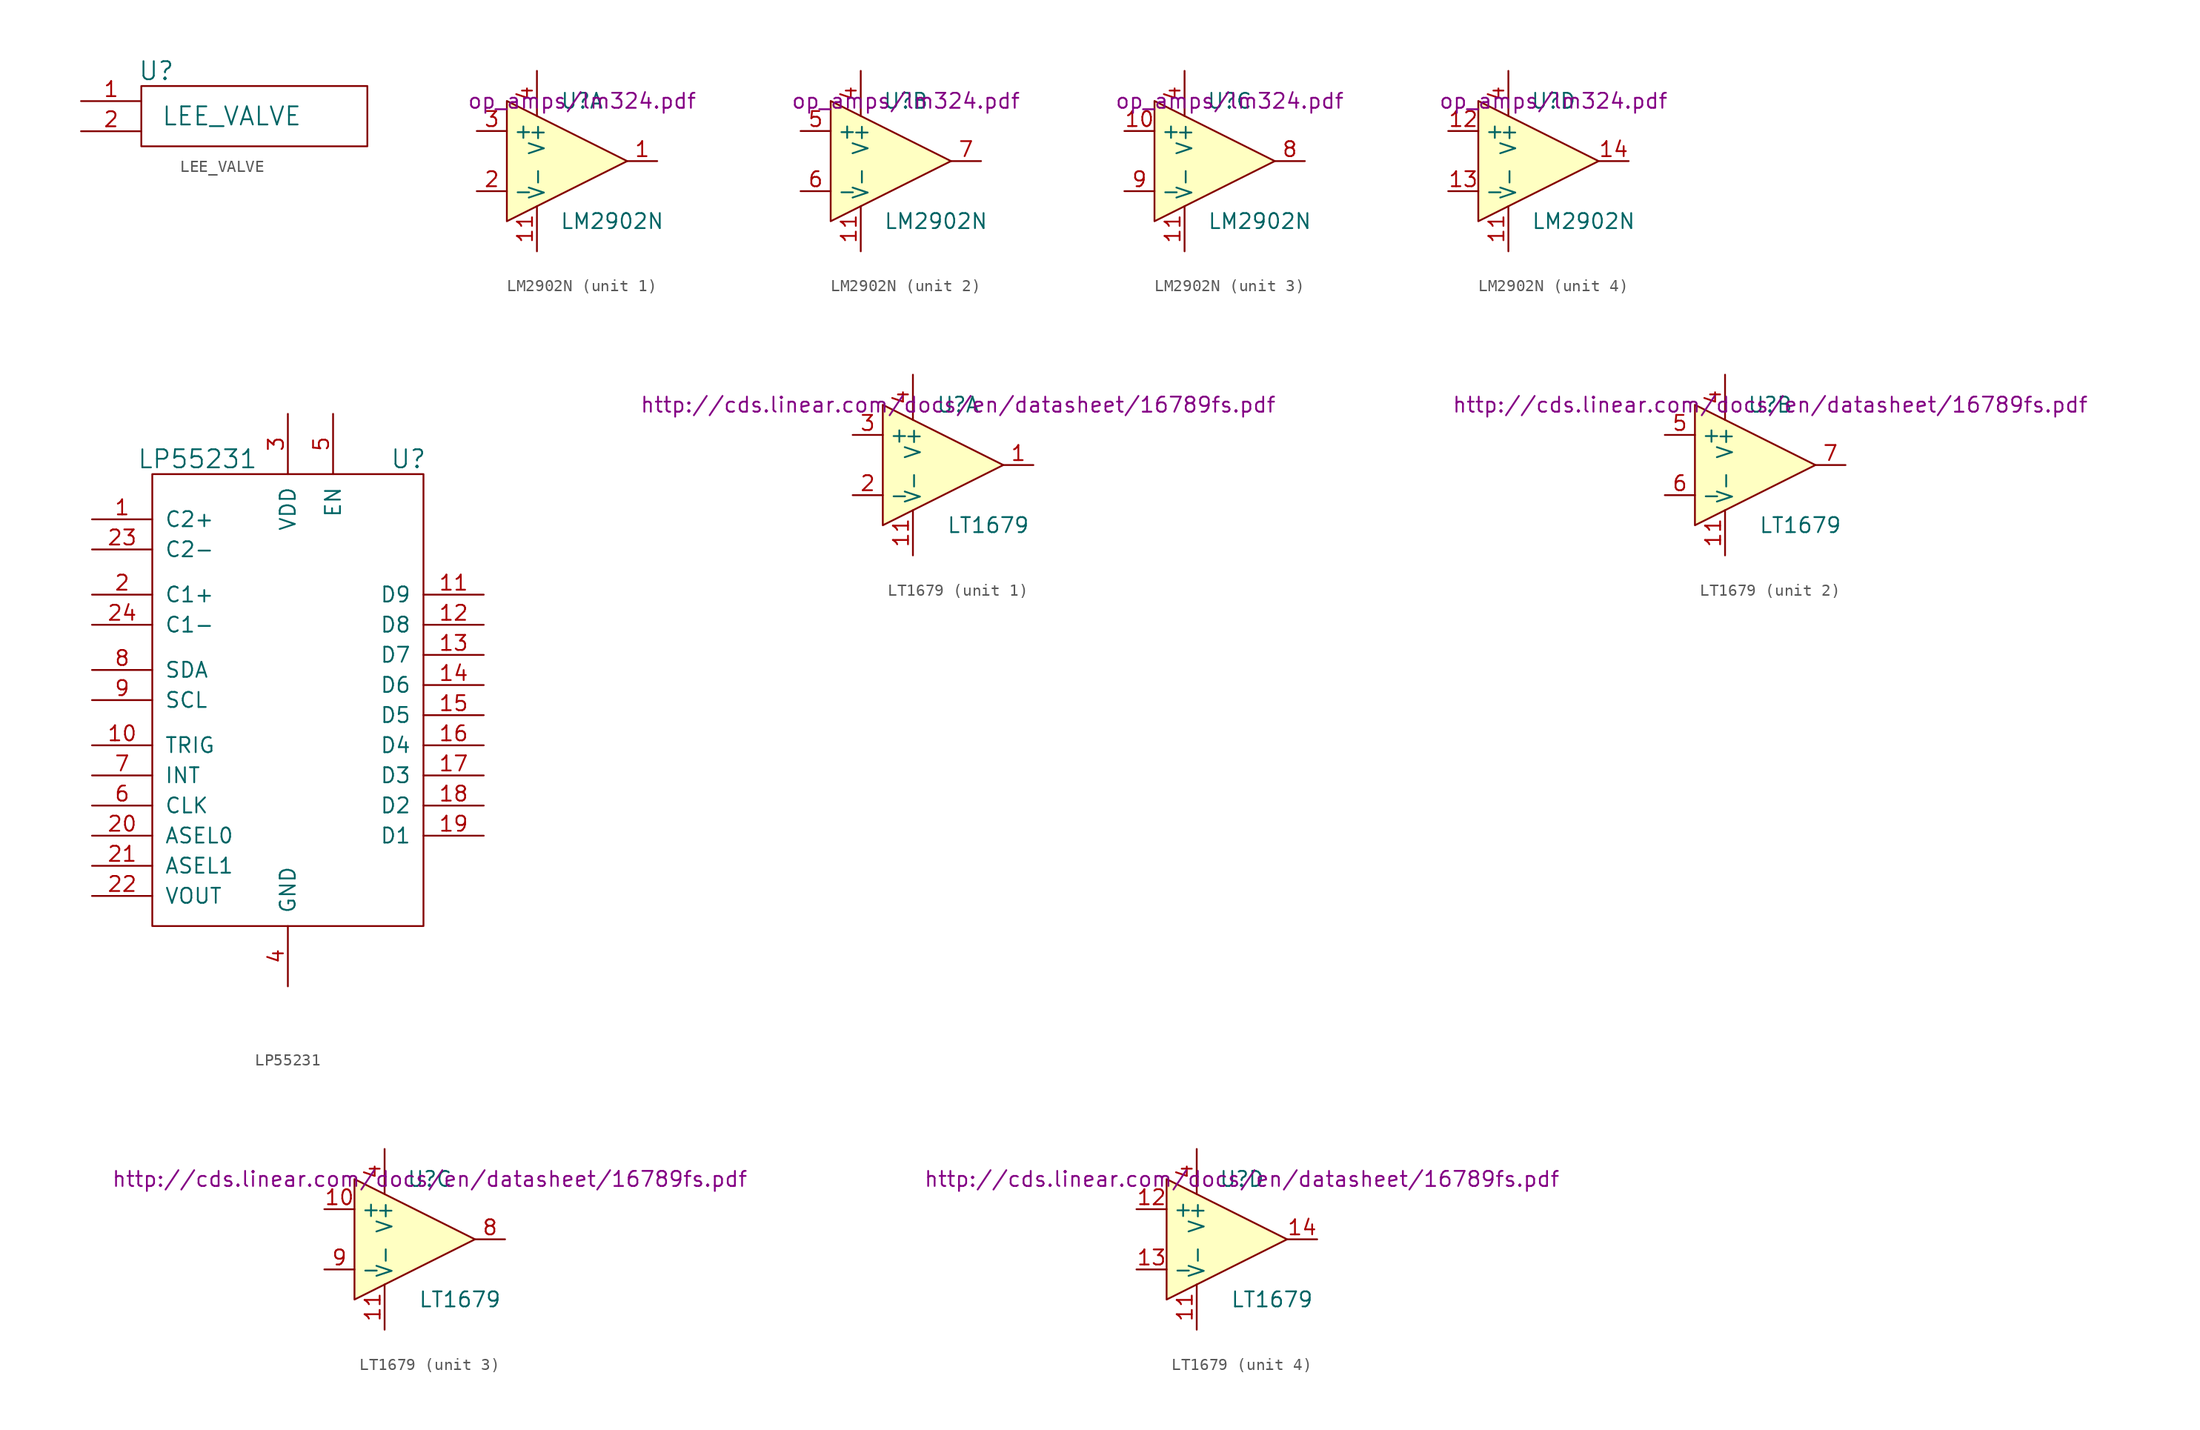
<source format=kicad_sym>
(kicad_symbol_lib
  (version 20211014)
  (generator kicad_symbol_editor)
  (symbol "LEE_VALVE"
    (pin_names
      (offset 1.016))
    (property "Reference" "U"
      (at 1.27 6.35 0)
      (effects (font (size 1.524 1.524))))
    (property "Value" "LEE_VALVE"
      (at 7.62 2.54 0)
      (effects (font (size 1.524 1.524))))
    (symbol "LEE_VALVE_0_1"
      (rectangle (start 0 0) (end 19.05 5.08) (stroke (width 0) (type default) (color 0 0 0 0)) (fill (type none))))
    (symbol "LEE_VALVE_1_1"
      (pin passive line (at -5.08 3.81 0) (length 5.08) (name "~" (effects (font (size 1.27 1.27)))) (number "1" (effects (font (size 1.27 1.27)))))
      (pin passive line (at -5.08 1.27 0) (length 5.08) (name "~" (effects (font (size 1.27 1.27)))) (number "2" (effects (font (size 1.27 1.27)))))))
  (symbol "LM2902N"
    (property "Reference" "U"
      (at 1.27 5.08 0)
      (effects (font (size 1.27 1.27))))
    (property "Value" "LM2902N"
      (at 3.81 -5.08 0)
      (effects (font (size 1.27 1.27))))
    (property "Footprint" ""
      (at -1.27 2.54 0)
      (effects (font (size 1.27 1.27))))
    (property "Datasheet" "op_amps/lm324.pdf"
      (at 1.27 5.08 0)
      (effects (font (size 1.27 1.27))))
    (symbol "LM2902N_0_1"
      (polyline (pts (xy -5.08 5.08) (xy 5.08 0) (xy -5.08 -5.08) (xy -5.08 5.08)) (stroke (width 0.152) (type default) (color 0 0 0 0)) (fill (type background)))
      (pin power_in line (at -2.54 -7.62 90) (length 3.81) (name "V-" (effects (font (size 1.27 1.27)))) (number "11" (effects (font (size 1.27 1.27)))))
      (pin power_in line (at -2.54 7.62 270) (length 3.81) (name "V+" (effects (font (size 1.27 1.27)))) (number "4" (effects (font (size 1.27 1.27))))))
    (symbol "LM2902N_1_1"
      (pin output line (at 7.62 0 180) (length 2.54) (name "~" (effects (font (size 1.27 1.27)))) (number "1" (effects (font (size 1.27 1.27)))))
      (pin input line (at -7.62 -2.54 0) (length 2.54) (name "-" (effects (font (size 1.27 1.27)))) (number "2" (effects (font (size 1.27 1.27)))))
      (pin input line (at -7.62 2.54 0) (length 2.54) (name "+" (effects (font (size 1.27 1.27)))) (number "3" (effects (font (size 1.27 1.27))))))
    (symbol "LM2902N_2_1"
      (pin input line (at -7.62 2.54 0) (length 2.54) (name "+" (effects (font (size 1.27 1.27)))) (number "5" (effects (font (size 1.27 1.27)))))
      (pin input line (at -7.62 -2.54 0) (length 2.54) (name "-" (effects (font (size 1.27 1.27)))) (number "6" (effects (font (size 1.27 1.27)))))
      (pin output line (at 7.62 0 180) (length 2.54) (name "~" (effects (font (size 1.27 1.27)))) (number "7" (effects (font (size 1.27 1.27))))))
    (symbol "LM2902N_3_1"
      (pin input line (at -7.62 2.54 0) (length 2.54) (name "+" (effects (font (size 1.27 1.27)))) (number "10" (effects (font (size 1.27 1.27)))))
      (pin output line (at 7.62 0 180) (length 2.54) (name "~" (effects (font (size 1.27 1.27)))) (number "8" (effects (font (size 1.27 1.27)))))
      (pin input line (at -7.62 -2.54 0) (length 2.54) (name "-" (effects (font (size 1.27 1.27)))) (number "9" (effects (font (size 1.27 1.27))))))
    (symbol "LM2902N_4_1"
      (pin input line (at -7.62 2.54 0) (length 2.54) (name "+" (effects (font (size 1.27 1.27)))) (number "12" (effects (font (size 1.27 1.27)))))
      (pin input line (at -7.62 -2.54 0) (length 2.54) (name "-" (effects (font (size 1.27 1.27)))) (number "13" (effects (font (size 1.27 1.27)))))
      (pin output line (at 7.62 0 180) (length 2.54) (name "~" (effects (font (size 1.27 1.27)))) (number "14" (effects (font (size 1.27 1.27)))))))
  (symbol "LP55231"
    (pin_names
      (offset 1.016))
    (property "Reference" "U"
      (at 21.59 39.37 0)
      (effects (font (size 1.524 1.524))))
    (property "Value" "LP55231"
      (at 3.81 39.37 0)
      (effects (font (size 1.524 1.524))))
    (symbol "LP55231_0_1"
      (rectangle (start 0 0) (end 22.86 38.1) (stroke (width 0) (type default) (color 0 0 0 0)) (fill (type none))))
    (symbol "LP55231_1_1"
      (pin input line (at -5.08 34.29 0) (length 5.08) (name "C2+" (effects (font (size 1.27 1.27)))) (number "1" (effects (font (size 1.27 1.27)))))
      (pin input line (at -5.08 15.24 0) (length 5.08) (name "TRIG" (effects (font (size 1.27 1.27)))) (number "10" (effects (font (size 1.27 1.27)))))
      (pin input line (at 27.94 27.94 180) (length 5.08) (name "D9" (effects (font (size 1.27 1.27)))) (number "11" (effects (font (size 1.27 1.27)))))
      (pin input line (at 27.94 25.4 180) (length 5.08) (name "D8" (effects (font (size 1.27 1.27)))) (number "12" (effects (font (size 1.27 1.27)))))
      (pin input line (at 27.94 22.86 180) (length 5.08) (name "D7" (effects (font (size 1.27 1.27)))) (number "13" (effects (font (size 1.27 1.27)))))
      (pin input line (at 27.94 20.32 180) (length 5.08) (name "D6" (effects (font (size 1.27 1.27)))) (number "14" (effects (font (size 1.27 1.27)))))
      (pin input line (at 27.94 17.78 180) (length 5.08) (name "D5" (effects (font (size 1.27 1.27)))) (number "15" (effects (font (size 1.27 1.27)))))
      (pin input line (at 27.94 15.24 180) (length 5.08) (name "D4" (effects (font (size 1.27 1.27)))) (number "16" (effects (font (size 1.27 1.27)))))
      (pin input line (at 27.94 12.7 180) (length 5.08) (name "D3" (effects (font (size 1.27 1.27)))) (number "17" (effects (font (size 1.27 1.27)))))
      (pin input line (at 27.94 10.16 180) (length 5.08) (name "D2" (effects (font (size 1.27 1.27)))) (number "18" (effects (font (size 1.27 1.27)))))
      (pin input line (at 27.94 7.62 180) (length 5.08) (name "D1" (effects (font (size 1.27 1.27)))) (number "19" (effects (font (size 1.27 1.27)))))
      (pin input line (at -5.08 27.94 0) (length 5.08) (name "C1+" (effects (font (size 1.27 1.27)))) (number "2" (effects (font (size 1.27 1.27)))))
      (pin input line (at -5.08 7.62 0) (length 5.08) (name "ASEL0" (effects (font (size 1.27 1.27)))) (number "20" (effects (font (size 1.27 1.27)))))
      (pin input line (at -5.08 5.08 0) (length 5.08) (name "ASEL1" (effects (font (size 1.27 1.27)))) (number "21" (effects (font (size 1.27 1.27)))))
      (pin input line (at -5.08 2.54 0) (length 5.08) (name "VOUT" (effects (font (size 1.27 1.27)))) (number "22" (effects (font (size 1.27 1.27)))))
      (pin input line (at -5.08 31.75 0) (length 5.08) (name "C2-" (effects (font (size 1.27 1.27)))) (number "23" (effects (font (size 1.27 1.27)))))
      (pin input line (at -5.08 25.4 0) (length 5.08) (name "C1-" (effects (font (size 1.27 1.27)))) (number "24" (effects (font (size 1.27 1.27)))))
      (pin input line (at 11.43 -5.08 90) (length 5.08) hide (name "DIE" (effects (font (size 1.27 1.27)))) (number "25" (effects (font (size 1.27 1.27)))))
      (pin input line (at 11.43 43.18 270) (length 5.08) (name "VDD" (effects (font (size 1.27 1.27)))) (number "3" (effects (font (size 1.27 1.27)))))
      (pin input line (at 11.43 -5.08 90) (length 5.08) (name "GND" (effects (font (size 1.27 1.27)))) (number "4" (effects (font (size 1.27 1.27)))))
      (pin input line (at 15.24 43.18 270) (length 5.08) (name "EN" (effects (font (size 1.27 1.27)))) (number "5" (effects (font (size 1.27 1.27)))))
      (pin input line (at -5.08 10.16 0) (length 5.08) (name "CLK" (effects (font (size 1.27 1.27)))) (number "6" (effects (font (size 1.27 1.27)))))
      (pin input line (at -5.08 12.7 0) (length 5.08) (name "INT" (effects (font (size 1.27 1.27)))) (number "7" (effects (font (size 1.27 1.27)))))
      (pin input line (at -5.08 21.59 0) (length 5.08) (name "SDA" (effects (font (size 1.27 1.27)))) (number "8" (effects (font (size 1.27 1.27)))))
      (pin input line (at -5.08 19.05 0) (length 5.08) (name "SCL" (effects (font (size 1.27 1.27)))) (number "9" (effects (font (size 1.27 1.27)))))))
  (symbol "LT1679"
    (property "Reference" "U"
      (at 1.27 5.08 0)
      (effects (font (size 1.27 1.27))))
    (property "Value" "LT1679"
      (at 3.81 -5.08 0)
      (effects (font (size 1.27 1.27))))
    (property "Footprint" ""
      (at -1.27 2.54 0)
      (effects (font (size 1.27 1.27))))
    (property "Datasheet" "http://cds.linear.com/docs/en/datasheet/16789fs.pdf"
      (at 1.27 5.08 0)
      (effects (font (size 1.27 1.27))))
    (symbol "LT1679_0_1"
      (polyline (pts (xy -5.08 5.08) (xy 5.08 0) (xy -5.08 -5.08) (xy -5.08 5.08)) (stroke (width 0.152) (type default) (color 0 0 0 0)) (fill (type background)))
      (pin power_in line (at -2.54 -7.62 90) (length 3.81) (name "V-" (effects (font (size 1.27 1.27)))) (number "11" (effects (font (size 1.27 1.27)))))
      (pin power_in line (at -2.54 7.62 270) (length 3.81) (name "V+" (effects (font (size 1.27 1.27)))) (number "4" (effects (font (size 1.27 1.27))))))
    (symbol "LT1679_1_1"
      (pin output line (at 7.62 0 180) (length 2.54) (name "~" (effects (font (size 1.27 1.27)))) (number "1" (effects (font (size 1.27 1.27)))))
      (pin input line (at -7.62 -2.54 0) (length 2.54) (name "-" (effects (font (size 1.27 1.27)))) (number "2" (effects (font (size 1.27 1.27)))))
      (pin input line (at -7.62 2.54 0) (length 2.54) (name "+" (effects (font (size 1.27 1.27)))) (number "3" (effects (font (size 1.27 1.27))))))
    (symbol "LT1679_2_1"
      (pin input line (at -7.62 2.54 0) (length 2.54) (name "+" (effects (font (size 1.27 1.27)))) (number "5" (effects (font (size 1.27 1.27)))))
      (pin input line (at -7.62 -2.54 0) (length 2.54) (name "-" (effects (font (size 1.27 1.27)))) (number "6" (effects (font (size 1.27 1.27)))))
      (pin output line (at 7.62 0 180) (length 2.54) (name "~" (effects (font (size 1.27 1.27)))) (number "7" (effects (font (size 1.27 1.27))))))
    (symbol "LT1679_3_1"
      (pin input line (at -7.62 2.54 0) (length 2.54) (name "+" (effects (font (size 1.27 1.27)))) (number "10" (effects (font (size 1.27 1.27)))))
      (pin output line (at 7.62 0 180) (length 2.54) (name "~" (effects (font (size 1.27 1.27)))) (number "8" (effects (font (size 1.27 1.27)))))
      (pin input line (at -7.62 -2.54 0) (length 2.54) (name "-" (effects (font (size 1.27 1.27)))) (number "9" (effects (font (size 1.27 1.27))))))
    (symbol "LT1679_4_1"
      (pin input line (at -7.62 2.54 0) (length 2.54) (name "+" (effects (font (size 1.27 1.27)))) (number "12" (effects (font (size 1.27 1.27)))))
      (pin input line (at -7.62 -2.54 0) (length 2.54) (name "-" (effects (font (size 1.27 1.27)))) (number "13" (effects (font (size 1.27 1.27)))))
      (pin output line (at 7.62 0 180) (length 2.54) (name "~" (effects (font (size 1.27 1.27)))) (number "14" (effects (font (size 1.27 1.27))))))))
</source>
